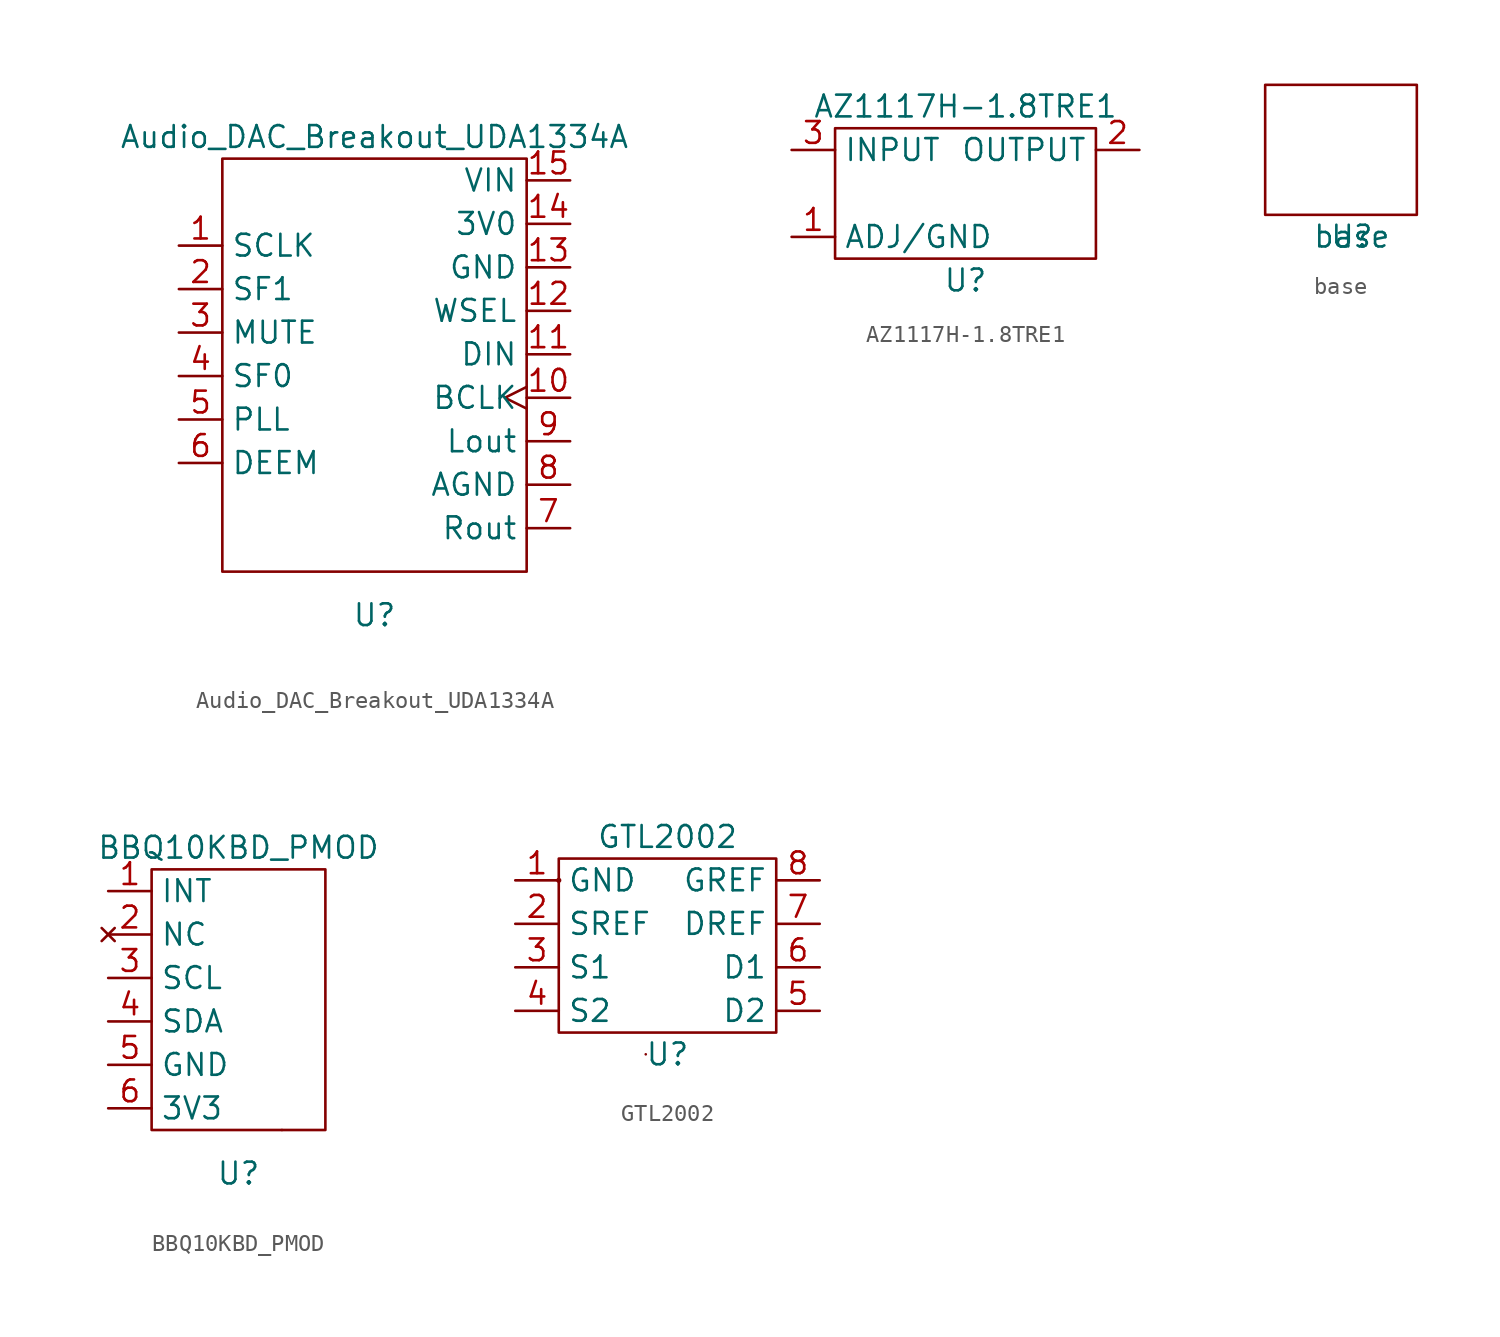
<source format=kicad_sym>
(kicad_symbol_lib
  (version 20220914)
  (generator kicad_symbol_editor)
  (symbol "Audio_DAC_Breakout_UDA1334A"
    (property "Reference" "U"
      (at 0 0 0)
      (effects (font (size 1.27 1.27))))
    (property "Value" "Audio_DAC_Breakout_UDA1334A"
      (at 0 27.94 0)
      (effects (font (size 1.27 1.27))))
    (symbol "Audio_DAC_Breakout_UDA1334A_0_1"
      (rectangle (start -8.89 26.67) (end 8.89 2.54) (stroke (width 0) (type default)) (fill (type none))))
    (symbol "Audio_DAC_Breakout_UDA1334A_1_1"
      (pin input line (at -11.43 21.59 0) (length 2.54) (name "SCLK" (effects (font (size 1.27 1.27)))) (number "1" (effects (font (size 1.27 1.27)))))
      (pin input clock (at 11.43 12.7 180) (length 2.54) (name "BCLK" (effects (font (size 1.27 1.27)))) (number "10" (effects (font (size 1.27 1.27)))))
      (pin input line (at 11.43 15.24 180) (length 2.54) (name "DIN" (effects (font (size 1.27 1.27)))) (number "11" (effects (font (size 1.27 1.27)))))
      (pin input line (at 11.43 17.78 180) (length 2.54) (name "WSEL" (effects (font (size 1.27 1.27)))) (number "12" (effects (font (size 1.27 1.27)))))
      (pin power_in line (at 11.43 20.32 180) (length 2.54) (name "GND" (effects (font (size 1.27 1.27)))) (number "13" (effects (font (size 1.27 1.27)))))
      (pin power_in line (at 11.43 22.86 180) (length 2.54) (name "3V0" (effects (font (size 1.27 1.27)))) (number "14" (effects (font (size 1.27 1.27)))))
      (pin power_in line (at 11.43 25.4 180) (length 2.54) (name "VIN" (effects (font (size 1.27 1.27)))) (number "15" (effects (font (size 1.27 1.27)))))
      (pin input line (at -11.43 19.05 0) (length 2.54) (name "SF1" (effects (font (size 1.27 1.27)))) (number "2" (effects (font (size 1.27 1.27)))))
      (pin input line (at -11.43 16.51 0) (length 2.54) (name "MUTE" (effects (font (size 1.27 1.27)))) (number "3" (effects (font (size 1.27 1.27)))))
      (pin input line (at -11.43 13.97 0) (length 2.54) (name "SF0" (effects (font (size 1.27 1.27)))) (number "4" (effects (font (size 1.27 1.27)))))
      (pin input line (at -11.43 11.43 0) (length 2.54) (name "PLL" (effects (font (size 1.27 1.27)))) (number "5" (effects (font (size 1.27 1.27)))))
      (pin input line (at -11.43 8.89 0) (length 2.54) (name "DEEM" (effects (font (size 1.27 1.27)))) (number "6" (effects (font (size 1.27 1.27)))))
      (pin output line (at 11.43 5.08 180) (length 2.54) (name "Rout" (effects (font (size 1.27 1.27)))) (number "7" (effects (font (size 1.27 1.27)))))
      (pin power_in line (at 11.43 7.62 180) (length 2.54) (name "AGND" (effects (font (size 1.27 1.27)))) (number "8" (effects (font (size 1.27 1.27)))))
      (pin output line (at 11.43 10.16 180) (length 2.54) (name "Lout" (effects (font (size 1.27 1.27)))) (number "9" (effects (font (size 1.27 1.27)))))))
  (symbol "AZ1117H-1.8TRE1"
    (property "Reference" "U"
      (at 0 0 0)
      (effects (font (size 1.27 1.27))))
    (property "Value" "AZ1117H-1.8TRE1"
      (at 0 10.16 0)
      (effects (font (size 1.27 1.27))))
    (symbol "AZ1117H-1.8TRE1_0_1"
      (rectangle (start -7.62 8.89) (end 7.62 1.27) (stroke (width 0) (type default)) (fill (type none))))
    (symbol "AZ1117H-1.8TRE1_1_1"
      (pin power_in line (at -10.16 2.54 0) (length 2.54) (name "ADJ/GND" (effects (font (size 1.27 1.27)))) (number "1" (effects (font (size 1.27 1.27)))))
      (pin power_out line (at 10.16 7.62 180) (length 2.54) (name "OUTPUT" (effects (font (size 1.27 1.27)))) (number "2" (effects (font (size 1.27 1.27)))))
      (pin power_in line (at -10.16 7.62 0) (length 2.54) (name "INPUT" (effects (font (size 1.27 1.27)))) (number "3" (effects (font (size 1.27 1.27)))))))
  (symbol "base"
    (property "Reference" "U"
      (at 0 0 0)
      (effects (font (size 1.27 1.27))))
    (property "Value" "base"
      (at 0 0 0)
      (effects (font (size 1.27 1.27))))
    (symbol "base_0_1"
      (rectangle (start -5.08 8.89) (end 3.81 1.27) (stroke (width 0) (type default)) (fill (type none)))))
  (symbol "BBQ10KBD_PMOD"
    (property "Reference" "U"
      (at 0 0 0)
      (effects (font (size 1.27 1.27))))
    (property "Value" "BBQ10KBD_PMOD"
      (at 0 19.05 0)
      (effects (font (size 1.27 1.27))))
    (symbol "BBQ10KBD_PMOD_0_1"
      (rectangle (start -5.08 17.78) (end 5.08 2.54) (stroke (width 0) (type default)) (fill (type none)))
      (rectangle (start 2.54 2.54) (end 2.54 2.54) (stroke (width 0) (type default)) (fill (type none))))
    (symbol "BBQ10KBD_PMOD_1_1"
      (pin output line (at -7.62 16.51 0) (length 2.54) (name "INT" (effects (font (size 1.27 1.27)))) (number "1" (effects (font (size 1.27 1.27)))))
      (pin no_connect line (at -7.62 13.97 0) (length 2.54) (name "NC" (effects (font (size 1.27 1.27)))) (number "2" (effects (font (size 1.27 1.27)))))
      (pin bidirectional line (at -7.62 11.43 0) (length 2.54) (name "SCL" (effects (font (size 1.27 1.27)))) (number "3" (effects (font (size 1.27 1.27)))))
      (pin bidirectional line (at -7.62 8.89 0) (length 2.54) (name "SDA" (effects (font (size 1.27 1.27)))) (number "4" (effects (font (size 1.27 1.27)))))
      (pin power_in line (at -7.62 6.35 0) (length 2.54) (name "GND" (effects (font (size 1.27 1.27)))) (number "5" (effects (font (size 1.27 1.27)))))
      (pin power_in line (at -7.62 3.81 0) (length 2.54) (name "3V3" (effects (font (size 1.27 1.27)))) (number "6" (effects (font (size 1.27 1.27)))))))
  (symbol "GTL2002"
    (property "Reference" "U"
      (at 0 0 0)
      (effects (font (size 1.27 1.27))))
    (property "Value" "GTL2002"
      (at 0 12.7 0)
      (effects (font (size 1.27 1.27))))
    (symbol "GTL2002_0_1"
      (rectangle (start -6.35 10.16) (end -6.35 10.16) (stroke (width 0) (type default)) (fill (type none)))
      (rectangle (start -6.35 10.16) (end -6.35 10.16) (stroke (width 0) (type default)) (fill (type none)))
      (rectangle (start -6.35 10.16) (end -6.35 10.16) (stroke (width 0) (type default)) (fill (type none)))
      (rectangle (start -6.35 10.16) (end -6.35 10.16) (stroke (width 0) (type default)) (fill (type none)))
      (rectangle (start -6.35 10.16) (end -6.35 10.16) (stroke (width 0) (type default)) (fill (type none)))
      (rectangle (start -6.35 10.16) (end -6.35 10.16) (stroke (width 0) (type default)) (fill (type none)))
      (rectangle (start -6.35 10.16) (end -6.35 10.16) (stroke (width 0) (type default)) (fill (type none)))
      (rectangle (start -6.35 10.16) (end -6.35 10.16) (stroke (width 0) (type default)) (fill (type none)))
      (rectangle (start -6.35 10.16) (end -6.35 10.16) (stroke (width 0) (type default)) (fill (type none)))
      (rectangle (start -6.35 10.16) (end -6.35 10.16) (stroke (width 0) (type default)) (fill (type none)))
      (rectangle (start -6.35 10.16) (end -6.35 10.16) (stroke (width 0) (type default)) (fill (type none)))
      (rectangle (start -6.35 10.16) (end -6.35 10.16) (stroke (width 0) (type default)) (fill (type none)))
      (rectangle (start -6.35 10.16) (end -6.35 10.16) (stroke (width 0) (type default)) (fill (type none)))
      (rectangle (start -6.35 10.16) (end -6.35 10.16) (stroke (width 0) (type default)) (fill (type none)))
      (rectangle (start -6.35 10.16) (end -6.35 10.16) (stroke (width 0) (type default)) (fill (type none)))
      (rectangle (start -6.35 10.16) (end -6.35 10.16) (stroke (width 0) (type default)) (fill (type none)))
      (rectangle (start -6.35 10.16) (end -6.35 10.16) (stroke (width 0) (type default)) (fill (type none)))
      (rectangle (start -6.35 10.16) (end -6.35 10.16) (stroke (width 0) (type default)) (fill (type none)))
      (rectangle (start -6.35 10.16) (end -6.35 10.16) (stroke (width 0) (type default)) (fill (type none)))
      (rectangle (start -6.35 10.16) (end -6.35 10.16) (stroke (width 0) (type default)) (fill (type none)))
      (circle (center -6.35 10.16) (radius 0.0001) (stroke (width 0) (type default)) (fill (type none)))
      (rectangle (start -6.35 11.43) (end 6.35 1.27) (stroke (width 0) (type default)) (fill (type none)))
      (rectangle (start -1.27 0) (end -1.27 0) (stroke (width 0) (type default)) (fill (type none))))
    (symbol "GTL2002_1_1"
      (pin power_in line (at -8.89 10.16 0) (length 2.54) (name "GND" (effects (font (size 1.27 1.27)))) (number "1" (effects (font (size 1.27 1.27)))))
      (pin power_in line (at -8.89 7.62 0) (length 2.54) (name "SREF" (effects (font (size 1.27 1.27)))) (number "2" (effects (font (size 1.27 1.27)))))
      (pin bidirectional line (at -8.89 5.08 0) (length 2.54) (name "S1" (effects (font (size 1.27 1.27)))) (number "3" (effects (font (size 1.27 1.27)))))
      (pin bidirectional line (at -8.89 2.54 0) (length 2.54) (name "S2" (effects (font (size 1.27 1.27)))) (number "4" (effects (font (size 1.27 1.27)))))
      (pin bidirectional line (at 8.89 2.54 180) (length 2.54) (name "D2" (effects (font (size 1.27 1.27)))) (number "5" (effects (font (size 1.27 1.27)))))
      (pin bidirectional line (at 8.89 5.08 180) (length 2.54) (name "D1" (effects (font (size 1.27 1.27)))) (number "6" (effects (font (size 1.27 1.27)))))
      (pin input line (at 8.89 7.62 180) (length 2.54) (name "DREF" (effects (font (size 1.27 1.27)))) (number "7" (effects (font (size 1.27 1.27)))))
      (pin input line (at 8.89 10.16 180) (length 2.54) (name "GREF" (effects (font (size 1.27 1.27)))) (number "8" (effects (font (size 1.27 1.27))))))))
</source>
